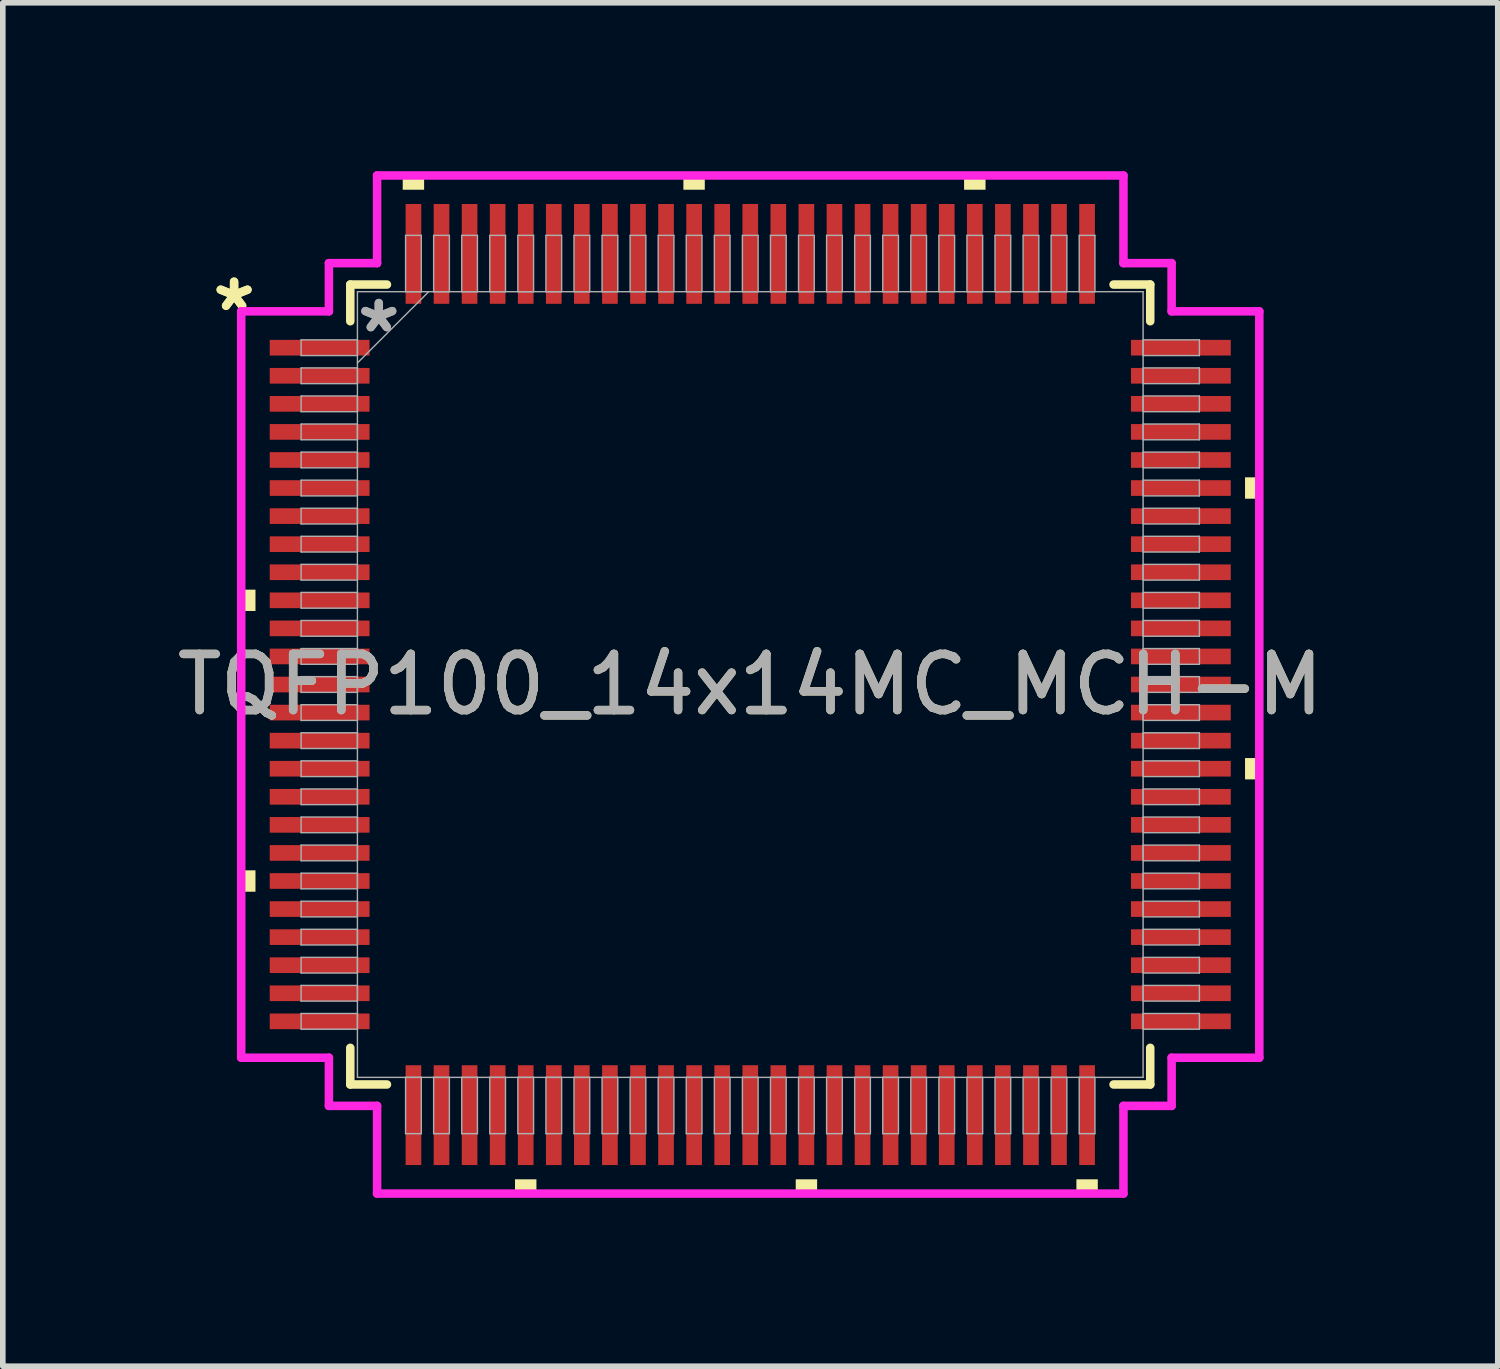
<source format=kicad_pcb>
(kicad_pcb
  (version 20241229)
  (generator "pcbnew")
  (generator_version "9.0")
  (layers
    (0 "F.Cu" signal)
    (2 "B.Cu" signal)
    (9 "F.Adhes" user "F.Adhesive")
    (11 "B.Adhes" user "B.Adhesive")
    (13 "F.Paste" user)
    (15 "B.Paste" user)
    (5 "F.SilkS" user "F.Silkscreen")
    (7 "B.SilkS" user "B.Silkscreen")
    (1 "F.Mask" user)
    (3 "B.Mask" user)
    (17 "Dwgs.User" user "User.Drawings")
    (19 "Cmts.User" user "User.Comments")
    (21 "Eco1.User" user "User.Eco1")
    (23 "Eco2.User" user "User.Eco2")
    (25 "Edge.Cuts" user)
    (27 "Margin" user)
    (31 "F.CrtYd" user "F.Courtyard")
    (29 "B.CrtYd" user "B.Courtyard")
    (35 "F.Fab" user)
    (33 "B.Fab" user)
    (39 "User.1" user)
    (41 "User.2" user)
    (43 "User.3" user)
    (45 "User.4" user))
  (footprint "TQFP100_14x14MC_MCH-M"
    (layer "F.Cu")
    (at 10.315 9.144)
    (property "Reference" "TQFP100_14x14MC_MCH-M" (at 0 0 0) (unlocked yes) (layer "F.SilkS") (effects (font (size 1 1) (thickness 0.15))))
    (attr smd)
    (fp_line (start -7.125 -7.125) (end -7.125 -6.472) (stroke (width 0.152) (type solid)) (layer "F.SilkS"))
    (fp_line (start -7.125 6.472) (end -7.125 7.125) (stroke (width 0.152) (type solid)) (layer "F.SilkS"))
    (fp_line (start -7.125 7.125) (end -6.472 7.125) (stroke (width 0.152) (type solid)) (layer "F.SilkS"))
    (fp_line (start -6.472 -7.125) (end -7.125 -7.125) (stroke (width 0.152) (type solid)) (layer "F.SilkS"))
    (fp_line (start 6.472 7.125) (end 7.125 7.125) (stroke (width 0.152) (type solid)) (layer "F.SilkS"))
    (fp_line (start 7.125 -7.125) (end 6.472 -7.125) (stroke (width 0.152) (type solid)) (layer "F.SilkS"))
    (fp_line (start 7.125 -6.472) (end 7.125 -7.125) (stroke (width 0.152) (type solid)) (layer "F.SilkS"))
    (fp_line (start 7.125 7.125) (end 7.125 6.472) (stroke (width 0.152) (type solid)) (layer "F.SilkS"))
    (fp_poly (pts (xy -9.068 -1.69) (xy -9.068 -1.31) (xy -8.814 -1.31) (xy -8.814 -1.69)) (stroke (width 0) (type solid)) (fill yes) (layer "F.SilkS"))
    (fp_poly (pts (xy -9.068 3.31) (xy -9.068 3.691) (xy -8.814 3.691) (xy -8.814 3.31)) (stroke (width 0) (type solid)) (fill yes) (layer "F.SilkS"))
    (fp_poly (pts (xy -6.191 -8.814) (xy -6.191 -9.068) (xy -5.81 -9.068) (xy -5.81 -8.814)) (stroke (width 0) (type solid)) (fill yes) (layer "F.SilkS"))
    (fp_poly (pts (xy -4.191 8.814) (xy -4.191 9.068) (xy -3.809 9.068) (xy -3.809 8.814)) (stroke (width 0) (type solid)) (fill yes) (layer "F.SilkS"))
    (fp_poly (pts (xy -1.191 -8.814) (xy -1.191 -9.068) (xy -0.81 -9.068) (xy -0.81 -8.814)) (stroke (width 0) (type solid)) (fill yes) (layer "F.SilkS"))
    (fp_poly (pts (xy 0.81 8.814) (xy 0.81 9.068) (xy 1.191 9.068) (xy 1.191 8.814)) (stroke (width 0) (type solid)) (fill yes) (layer "F.SilkS"))
    (fp_poly (pts (xy 3.809 -8.814) (xy 3.809 -9.068) (xy 4.191 -9.068) (xy 4.191 -8.814)) (stroke (width 0) (type solid)) (fill yes) (layer "F.SilkS"))
    (fp_poly (pts (xy 5.81 8.814) (xy 5.81 9.068) (xy 6.191 9.068) (xy 6.191 8.814)) (stroke (width 0) (type solid)) (fill yes) (layer "F.SilkS"))
    (fp_poly (pts (xy 9.068 -3.691) (xy 9.068 -3.31) (xy 8.814 -3.31) (xy 8.814 -3.691)) (stroke (width 0) (type solid)) (fill yes) (layer "F.SilkS"))
    (fp_poly (pts (xy 9.068 1.31) (xy 9.068 1.69) (xy 8.814 1.69) (xy 8.814 1.31)) (stroke (width 0) (type solid)) (fill yes) (layer "F.SilkS"))
    (fp_line (start -9.068 -6.648) (end -7.506 -6.648) (stroke (width 0.152) (type solid)) (layer "F.CrtYd"))
    (fp_line (start -9.068 6.648) (end -9.068 -6.648) (stroke (width 0.152) (type solid)) (layer "F.CrtYd"))
    (fp_line (start -7.506 -7.506) (end -6.648 -7.506) (stroke (width 0.152) (type solid)) (layer "F.CrtYd"))
    (fp_line (start -7.506 -6.648) (end -7.506 -7.506) (stroke (width 0.152) (type solid)) (layer "F.CrtYd"))
    (fp_line (start -7.506 6.648) (end -9.068 6.648) (stroke (width 0.152) (type solid)) (layer "F.CrtYd"))
    (fp_line (start -7.506 7.506) (end -7.506 6.648) (stroke (width 0.152) (type solid)) (layer "F.CrtYd"))
    (fp_line (start -7.506 7.506) (end -6.648 7.506) (stroke (width 0.152) (type solid)) (layer "F.CrtYd"))
    (fp_line (start -6.648 -9.068) (end 6.648 -9.068) (stroke (width 0.152) (type solid)) (layer "F.CrtYd"))
    (fp_line (start -6.648 -7.506) (end -6.648 -9.068) (stroke (width 0.152) (type solid)) (layer "F.CrtYd"))
    (fp_line (start -6.648 7.506) (end -6.648 9.068) (stroke (width 0.152) (type solid)) (layer "F.CrtYd"))
    (fp_line (start -6.648 9.068) (end 6.648 9.068) (stroke (width 0.152) (type solid)) (layer "F.CrtYd"))
    (fp_line (start 6.648 -9.068) (end 6.648 -7.506) (stroke (width 0.152) (type solid)) (layer "F.CrtYd"))
    (fp_line (start 6.648 -7.506) (end 7.506 -7.506) (stroke (width 0.152) (type solid)) (layer "F.CrtYd"))
    (fp_line (start 6.648 7.506) (end 7.506 7.506) (stroke (width 0.152) (type solid)) (layer "F.CrtYd"))
    (fp_line (start 6.648 9.068) (end 6.648 7.506) (stroke (width 0.152) (type solid)) (layer "F.CrtYd"))
    (fp_line (start 7.506 -6.648) (end 7.506 -7.506) (stroke (width 0.152) (type solid)) (layer "F.CrtYd"))
    (fp_line (start 7.506 6.648) (end 9.068 6.648) (stroke (width 0.152) (type solid)) (layer "F.CrtYd"))
    (fp_line (start 7.506 7.506) (end 7.506 6.648) (stroke (width 0.152) (type solid)) (layer "F.CrtYd"))
    (fp_line (start 9.068 -6.648) (end 7.506 -6.648) (stroke (width 0.152) (type solid)) (layer "F.CrtYd"))
    (fp_line (start 9.068 6.648) (end 9.068 -6.648) (stroke (width 0.152) (type solid)) (layer "F.CrtYd"))
    (fp_line (start -8.001 -6.14) (end -8.001 -5.86) (stroke (width 0.025) (type solid)) (layer "F.Fab"))
    (fp_line (start -8.001 -5.86) (end -6.998 -5.86) (stroke (width 0.025) (type solid)) (layer "F.Fab"))
    (fp_line (start -8.001 -5.64) (end -8.001 -5.36) (stroke (width 0.025) (type solid)) (layer "F.Fab"))
    (fp_line (start -8.001 -5.36) (end -6.998 -5.36) (stroke (width 0.025) (type solid)) (layer "F.Fab"))
    (fp_line (start -8.001 -5.14) (end -8.001 -4.86) (stroke (width 0.025) (type solid)) (layer "F.Fab"))
    (fp_line (start -8.001 -4.86) (end -6.998 -4.86) (stroke (width 0.025) (type solid)) (layer "F.Fab"))
    (fp_line (start -8.001 -4.64) (end -8.001 -4.36) (stroke (width 0.025) (type solid)) (layer "F.Fab"))
    (fp_line (start -8.001 -4.36) (end -6.998 -4.36) (stroke (width 0.025) (type solid)) (layer "F.Fab"))
    (fp_line (start -8.001 -4.14) (end -8.001 -3.86) (stroke (width 0.025) (type solid)) (layer "F.Fab"))
    (fp_line (start -8.001 -3.86) (end -6.998 -3.86) (stroke (width 0.025) (type solid)) (layer "F.Fab"))
    (fp_line (start -8.001 -3.64) (end -8.001 -3.36) (stroke (width 0.025) (type solid)) (layer "F.Fab"))
    (fp_line (start -8.001 -3.36) (end -6.998 -3.36) (stroke (width 0.025) (type solid)) (layer "F.Fab"))
    (fp_line (start -8.001 -3.14) (end -8.001 -2.86) (stroke (width 0.025) (type solid)) (layer "F.Fab"))
    (fp_line (start -8.001 -2.86) (end -6.998 -2.86) (stroke (width 0.025) (type solid)) (layer "F.Fab"))
    (fp_line (start -8.001 -2.64) (end -8.001 -2.36) (stroke (width 0.025) (type solid)) (layer "F.Fab"))
    (fp_line (start -8.001 -2.36) (end -6.998 -2.36) (stroke (width 0.025) (type solid)) (layer "F.Fab"))
    (fp_line (start -8.001 -2.14) (end -8.001 -1.86) (stroke (width 0.025) (type solid)) (layer "F.Fab"))
    (fp_line (start -8.001 -1.86) (end -6.998 -1.86) (stroke (width 0.025) (type solid)) (layer "F.Fab"))
    (fp_line (start -8.001 -1.64) (end -8.001 -1.36) (stroke (width 0.025) (type solid)) (layer "F.Fab"))
    (fp_line (start -8.001 -1.36) (end -6.998 -1.36) (stroke (width 0.025) (type solid)) (layer "F.Fab"))
    (fp_line (start -8.001 -1.14) (end -8.001 -0.86) (stroke (width 0.025) (type solid)) (layer "F.Fab"))
    (fp_line (start -8.001 -0.86) (end -6.998 -0.86) (stroke (width 0.025) (type solid)) (layer "F.Fab"))
    (fp_line (start -8.001 -0.64) (end -8.001 -0.36) (stroke (width 0.025) (type solid)) (layer "F.Fab"))
    (fp_line (start -8.001 -0.36) (end -6.998 -0.36) (stroke (width 0.025) (type solid)) (layer "F.Fab"))
    (fp_line (start -8.001 -0.14) (end -8.001 0.14) (stroke (width 0.025) (type solid)) (layer "F.Fab"))
    (fp_line (start -8.001 0.14) (end -6.998 0.14) (stroke (width 0.025) (type solid)) (layer "F.Fab"))
    (fp_line (start -8.001 0.36) (end -8.001 0.64) (stroke (width 0.025) (type solid)) (layer "F.Fab"))
    (fp_line (start -8.001 0.64) (end -6.998 0.64) (stroke (width 0.025) (type solid)) (layer "F.Fab"))
    (fp_line (start -8.001 0.86) (end -8.001 1.14) (stroke (width 0.025) (type solid)) (layer "F.Fab"))
    (fp_line (start -8.001 1.14) (end -6.998 1.14) (stroke (width 0.025) (type solid)) (layer "F.Fab"))
    (fp_line (start -8.001 1.36) (end -8.001 1.64) (stroke (width 0.025) (type solid)) (layer "F.Fab"))
    (fp_line (start -8.001 1.64) (end -6.998 1.64) (stroke (width 0.025) (type solid)) (layer "F.Fab"))
    (fp_line (start -8.001 1.86) (end -8.001 2.14) (stroke (width 0.025) (type solid)) (layer "F.Fab"))
    (fp_line (start -8.001 2.14) (end -6.998 2.14) (stroke (width 0.025) (type solid)) (layer "F.Fab"))
    (fp_line (start -8.001 2.36) (end -8.001 2.64) (stroke (width 0.025) (type solid)) (layer "F.Fab"))
    (fp_line (start -8.001 2.64) (end -6.998 2.64) (stroke (width 0.025) (type solid)) (layer "F.Fab"))
    (fp_line (start -8.001 2.86) (end -8.001 3.14) (stroke (width 0.025) (type solid)) (layer "F.Fab"))
    (fp_line (start -8.001 3.14) (end -6.998 3.14) (stroke (width 0.025) (type solid)) (layer "F.Fab"))
    (fp_line (start -8.001 3.36) (end -8.001 3.64) (stroke (width 0.025) (type solid)) (layer "F.Fab"))
    (fp_line (start -8.001 3.64) (end -6.998 3.64) (stroke (width 0.025) (type solid)) (layer "F.Fab"))
    (fp_line (start -8.001 3.86) (end -8.001 4.14) (stroke (width 0.025) (type solid)) (layer "F.Fab"))
    (fp_line (start -8.001 4.14) (end -6.998 4.14) (stroke (width 0.025) (type solid)) (layer "F.Fab"))
    (fp_line (start -8.001 4.36) (end -8.001 4.64) (stroke (width 0.025) (type solid)) (layer "F.Fab"))
    (fp_line (start -8.001 4.64) (end -6.998 4.64) (stroke (width 0.025) (type solid)) (layer "F.Fab"))
    (fp_line (start -8.001 4.86) (end -8.001 5.14) (stroke (width 0.025) (type solid)) (layer "F.Fab"))
    (fp_line (start -8.001 5.14) (end -6.998 5.14) (stroke (width 0.025) (type solid)) (layer "F.Fab"))
    (fp_line (start -8.001 5.36) (end -8.001 5.64) (stroke (width 0.025) (type solid)) (layer "F.Fab"))
    (fp_line (start -8.001 5.64) (end -6.998 5.64) (stroke (width 0.025) (type solid)) (layer "F.Fab"))
    (fp_line (start -8.001 5.86) (end -8.001 6.14) (stroke (width 0.025) (type solid)) (layer "F.Fab"))
    (fp_line (start -8.001 6.14) (end -6.998 6.14) (stroke (width 0.025) (type solid)) (layer "F.Fab"))
    (fp_line (start -6.998 -6.998) (end -6.998 6.998) (stroke (width 0.025) (type solid)) (layer "F.Fab"))
    (fp_line (start -6.998 -6.14) (end -8.001 -6.14) (stroke (width 0.025) (type solid)) (layer "F.Fab"))
    (fp_line (start -6.998 -5.86) (end -6.998 -6.14) (stroke (width 0.025) (type solid)) (layer "F.Fab"))
    (fp_line (start -6.998 -5.728) (end -5.728 -6.998) (stroke (width 0.025) (type solid)) (layer "F.Fab"))
    (fp_line (start -6.998 -5.64) (end -8.001 -5.64) (stroke (width 0.025) (type solid)) (layer "F.Fab"))
    (fp_line (start -6.998 -5.36) (end -6.998 -5.64) (stroke (width 0.025) (type solid)) (layer "F.Fab"))
    (fp_line (start -6.998 -5.14) (end -8.001 -5.14) (stroke (width 0.025) (type solid)) (layer "F.Fab"))
    (fp_line (start -6.998 -4.86) (end -6.998 -5.14) (stroke (width 0.025) (type solid)) (layer "F.Fab"))
    (fp_line (start -6.998 -4.64) (end -8.001 -4.64) (stroke (width 0.025) (type solid)) (layer "F.Fab"))
    (fp_line (start -6.998 -4.36) (end -6.998 -4.64) (stroke (width 0.025) (type solid)) (layer "F.Fab"))
    (fp_line (start -6.998 -4.14) (end -8.001 -4.14) (stroke (width 0.025) (type solid)) (layer "F.Fab"))
    (fp_line (start -6.998 -3.86) (end -6.998 -4.14) (stroke (width 0.025) (type solid)) (layer "F.Fab"))
    (fp_line (start -6.998 -3.64) (end -8.001 -3.64) (stroke (width 0.025) (type solid)) (layer "F.Fab"))
    (fp_line (start -6.998 -3.36) (end -6.998 -3.64) (stroke (width 0.025) (type solid)) (layer "F.Fab"))
    (fp_line (start -6.998 -3.14) (end -8.001 -3.14) (stroke (width 0.025) (type solid)) (layer "F.Fab"))
    (fp_line (start -6.998 -2.86) (end -6.998 -3.14) (stroke (width 0.025) (type solid)) (layer "F.Fab"))
    (fp_line (start -6.998 -2.64) (end -8.001 -2.64) (stroke (width 0.025) (type solid)) (layer "F.Fab"))
    (fp_line (start -6.998 -2.36) (end -6.998 -2.64) (stroke (width 0.025) (type solid)) (layer "F.Fab"))
    (fp_line (start -6.998 -2.14) (end -8.001 -2.14) (stroke (width 0.025) (type solid)) (layer "F.Fab"))
    (fp_line (start -6.998 -1.86) (end -6.998 -2.14) (stroke (width 0.025) (type solid)) (layer "F.Fab"))
    (fp_line (start -6.998 -1.64) (end -8.001 -1.64) (stroke (width 0.025) (type solid)) (layer "F.Fab"))
    (fp_line (start -6.998 -1.36) (end -6.998 -1.64) (stroke (width 0.025) (type solid)) (layer "F.Fab"))
    (fp_line (start -6.998 -1.14) (end -8.001 -1.14) (stroke (width 0.025) (type solid)) (layer "F.Fab"))
    (fp_line (start -6.998 -0.86) (end -6.998 -1.14) (stroke (width 0.025) (type solid)) (layer "F.Fab"))
    (fp_line (start -6.998 -0.64) (end -8.001 -0.64) (stroke (width 0.025) (type solid)) (layer "F.Fab"))
    (fp_line (start -6.998 -0.36) (end -6.998 -0.64) (stroke (width 0.025) (type solid)) (layer "F.Fab"))
    (fp_line (start -6.998 -0.14) (end -8.001 -0.14) (stroke (width 0.025) (type solid)) (layer "F.Fab"))
    (fp_line (start -6.998 0.14) (end -6.998 -0.14) (stroke (width 0.025) (type solid)) (layer "F.Fab"))
    (fp_line (start -6.998 0.36) (end -8.001 0.36) (stroke (width 0.025) (type solid)) (layer "F.Fab"))
    (fp_line (start -6.998 0.64) (end -6.998 0.36) (stroke (width 0.025) (type solid)) (layer "F.Fab"))
    (fp_line (start -6.998 0.86) (end -8.001 0.86) (stroke (width 0.025) (type solid)) (layer "F.Fab"))
    (fp_line (start -6.998 1.14) (end -6.998 0.86) (stroke (width 0.025) (type solid)) (layer "F.Fab"))
    (fp_line (start -6.998 1.36) (end -8.001 1.36) (stroke (width 0.025) (type solid)) (layer "F.Fab"))
    (fp_line (start -6.998 1.64) (end -6.998 1.36) (stroke (width 0.025) (type solid)) (layer "F.Fab"))
    (fp_line (start -6.998 1.86) (end -8.001 1.86) (stroke (width 0.025) (type solid)) (layer "F.Fab"))
    (fp_line (start -6.998 2.14) (end -6.998 1.86) (stroke (width 0.025) (type solid)) (layer "F.Fab"))
    (fp_line (start -6.998 2.36) (end -8.001 2.36) (stroke (width 0.025) (type solid)) (layer "F.Fab"))
    (fp_line (start -6.998 2.64) (end -6.998 2.36) (stroke (width 0.025) (type solid)) (layer "F.Fab"))
    (fp_line (start -6.998 2.86) (end -8.001 2.86) (stroke (width 0.025) (type solid)) (layer "F.Fab"))
    (fp_line (start -6.998 3.14) (end -6.998 2.86) (stroke (width 0.025) (type solid)) (layer "F.Fab"))
    (fp_line (start -6.998 3.36) (end -8.001 3.36) (stroke (width 0.025) (type solid)) (layer "F.Fab"))
    (fp_line (start -6.998 3.64) (end -6.998 3.36) (stroke (width 0.025) (type solid)) (layer "F.Fab"))
    (fp_line (start -6.998 3.86) (end -8.001 3.86) (stroke (width 0.025) (type solid)) (layer "F.Fab"))
    (fp_line (start -6.998 4.14) (end -6.998 3.86) (stroke (width 0.025) (type solid)) (layer "F.Fab"))
    (fp_line (start -6.998 4.36) (end -8.001 4.36) (stroke (width 0.025) (type solid)) (layer "F.Fab"))
    (fp_line (start -6.998 4.64) (end -6.998 4.36) (stroke (width 0.025) (type solid)) (layer "F.Fab"))
    (fp_line (start -6.998 4.86) (end -8.001 4.86) (stroke (width 0.025) (type solid)) (layer "F.Fab"))
    (fp_line (start -6.998 5.14) (end -6.998 4.86) (stroke (width 0.025) (type solid)) (layer "F.Fab"))
    (fp_line (start -6.998 5.36) (end -8.001 5.36) (stroke (width 0.025) (type solid)) (layer "F.Fab"))
    (fp_line (start -6.998 5.64) (end -6.998 5.36) (stroke (width 0.025) (type solid)) (layer "F.Fab"))
    (fp_line (start -6.998 5.86) (end -8.001 5.86) (stroke (width 0.025) (type solid)) (layer "F.Fab"))
    (fp_line (start -6.998 6.14) (end -6.998 5.86) (stroke (width 0.025) (type solid)) (layer "F.Fab"))
    (fp_line (start -6.998 6.998) (end 6.998 6.998) (stroke (width 0.025) (type solid)) (layer "F.Fab"))
    (fp_line (start -6.14 -8.001) (end -6.14 -6.998) (stroke (width 0.025) (type solid)) (layer "F.Fab"))
    (fp_line (start -6.14 -6.998) (end -5.86 -6.998) (stroke (width 0.025) (type solid)) (layer "F.Fab"))
    (fp_line (start -6.14 6.998) (end -6.14 8.001) (stroke (width 0.025) (type solid)) (layer "F.Fab"))
    (fp_line (start -6.14 8.001) (end -5.86 8.001) (stroke (width 0.025) (type solid)) (layer "F.Fab"))
    (fp_line (start -5.86 -8.001) (end -6.14 -8.001) (stroke (width 0.025) (type solid)) (layer "F.Fab"))
    (fp_line (start -5.86 -6.998) (end -5.86 -8.001) (stroke (width 0.025) (type solid)) (layer "F.Fab"))
    (fp_line (start -5.86 6.998) (end -6.14 6.998) (stroke (width 0.025) (type solid)) (layer "F.Fab"))
    (fp_line (start -5.86 8.001) (end -5.86 6.998) (stroke (width 0.025) (type solid)) (layer "F.Fab"))
    (fp_line (start -5.64 -8.001) (end -5.64 -6.998) (stroke (width 0.025) (type solid)) (layer "F.Fab"))
    (fp_line (start -5.64 -6.998) (end -5.36 -6.998) (stroke (width 0.025) (type solid)) (layer "F.Fab"))
    (fp_line (start -5.64 6.998) (end -5.64 8.001) (stroke (width 0.025) (type solid)) (layer "F.Fab"))
    (fp_line (start -5.64 8.001) (end -5.36 8.001) (stroke (width 0.025) (type solid)) (layer "F.Fab"))
    (fp_line (start -5.36 -8.001) (end -5.64 -8.001) (stroke (width 0.025) (type solid)) (layer "F.Fab"))
    (fp_line (start -5.36 -6.998) (end -5.36 -8.001) (stroke (width 0.025) (type solid)) (layer "F.Fab"))
    (fp_line (start -5.36 6.998) (end -5.64 6.998) (stroke (width 0.025) (type solid)) (layer "F.Fab"))
    (fp_line (start -5.36 8.001) (end -5.36 6.998) (stroke (width 0.025) (type solid)) (layer "F.Fab"))
    (fp_line (start -5.14 -8.001) (end -5.14 -6.998) (stroke (width 0.025) (type solid)) (layer "F.Fab"))
    (fp_line (start -5.14 -6.998) (end -4.86 -6.998) (stroke (width 0.025) (type solid)) (layer "F.Fab"))
    (fp_line (start -5.14 6.998) (end -5.14 8.001) (stroke (width 0.025) (type solid)) (layer "F.Fab"))
    (fp_line (start -5.14 8.001) (end -4.86 8.001) (stroke (width 0.025) (type solid)) (layer "F.Fab"))
    (fp_line (start -4.86 -8.001) (end -5.14 -8.001) (stroke (width 0.025) (type solid)) (layer "F.Fab"))
    (fp_line (start -4.86 -6.998) (end -4.86 -8.001) (stroke (width 0.025) (type solid)) (layer "F.Fab"))
    (fp_line (start -4.86 6.998) (end -5.14 6.998) (stroke (width 0.025) (type solid)) (layer "F.Fab"))
    (fp_line (start -4.86 8.001) (end -4.86 6.998) (stroke (width 0.025) (type solid)) (layer "F.Fab"))
    (fp_line (start -4.64 -8.001) (end -4.64 -6.998) (stroke (width 0.025) (type solid)) (layer "F.Fab"))
    (fp_line (start -4.64 -6.998) (end -4.36 -6.998) (stroke (width 0.025) (type solid)) (layer "F.Fab"))
    (fp_line (start -4.64 6.998) (end -4.64 8.001) (stroke (width 0.025) (type solid)) (layer "F.Fab"))
    (fp_line (start -4.64 8.001) (end -4.36 8.001) (stroke (width 0.025) (type solid)) (layer "F.Fab"))
    (fp_line (start -4.36 -8.001) (end -4.64 -8.001) (stroke (width 0.025) (type solid)) (layer "F.Fab"))
    (fp_line (start -4.36 -6.998) (end -4.36 -8.001) (stroke (width 0.025) (type solid)) (layer "F.Fab"))
    (fp_line (start -4.36 6.998) (end -4.64 6.998) (stroke (width 0.025) (type solid)) (layer "F.Fab"))
    (fp_line (start -4.36 8.001) (end -4.36 6.998) (stroke (width 0.025) (type solid)) (layer "F.Fab"))
    (fp_line (start -4.14 -8.001) (end -4.14 -6.998) (stroke (width 0.025) (type solid)) (layer "F.Fab"))
    (fp_line (start -4.14 -6.998) (end -3.86 -6.998) (stroke (width 0.025) (type solid)) (layer "F.Fab"))
    (fp_line (start -4.14 6.998) (end -4.14 8.001) (stroke (width 0.025) (type solid)) (layer "F.Fab"))
    (fp_line (start -4.14 8.001) (end -3.86 8.001) (stroke (width 0.025) (type solid)) (layer "F.Fab"))
    (fp_line (start -3.86 -8.001) (end -4.14 -8.001) (stroke (width 0.025) (type solid)) (layer "F.Fab"))
    (fp_line (start -3.86 -6.998) (end -3.86 -8.001) (stroke (width 0.025) (type solid)) (layer "F.Fab"))
    (fp_line (start -3.86 6.998) (end -4.14 6.998) (stroke (width 0.025) (type solid)) (layer "F.Fab"))
    (fp_line (start -3.86 8.001) (end -3.86 6.998) (stroke (width 0.025) (type solid)) (layer "F.Fab"))
    (fp_line (start -3.64 -8.001) (end -3.64 -6.998) (stroke (width 0.025) (type solid)) (layer "F.Fab"))
    (fp_line (start -3.64 -6.998) (end -3.36 -6.998) (stroke (width 0.025) (type solid)) (layer "F.Fab"))
    (fp_line (start -3.64 6.998) (end -3.64 8.001) (stroke (width 0.025) (type solid)) (layer "F.Fab"))
    (fp_line (start -3.64 8.001) (end -3.36 8.001) (stroke (width 0.025) (type solid)) (layer "F.Fab"))
    (fp_line (start -3.36 -8.001) (end -3.64 -8.001) (stroke (width 0.025) (type solid)) (layer "F.Fab"))
    (fp_line (start -3.36 -6.998) (end -3.36 -8.001) (stroke (width 0.025) (type solid)) (layer "F.Fab"))
    (fp_line (start -3.36 6.998) (end -3.64 6.998) (stroke (width 0.025) (type solid)) (layer "F.Fab"))
    (fp_line (start -3.36 8.001) (end -3.36 6.998) (stroke (width 0.025) (type solid)) (layer "F.Fab"))
    (fp_line (start -3.14 -8.001) (end -3.14 -6.998) (stroke (width 0.025) (type solid)) (layer "F.Fab"))
    (fp_line (start -3.14 -6.998) (end -2.86 -6.998) (stroke (width 0.025) (type solid)) (layer "F.Fab"))
    (fp_line (start -3.14 6.998) (end -3.14 8.001) (stroke (width 0.025) (type solid)) (layer "F.Fab"))
    (fp_line (start -3.14 8.001) (end -2.86 8.001) (stroke (width 0.025) (type solid)) (layer "F.Fab"))
    (fp_line (start -2.86 -8.001) (end -3.14 -8.001) (stroke (width 0.025) (type solid)) (layer "F.Fab"))
    (fp_line (start -2.86 -6.998) (end -2.86 -8.001) (stroke (width 0.025) (type solid)) (layer "F.Fab"))
    (fp_line (start -2.86 6.998) (end -3.14 6.998) (stroke (width 0.025) (type solid)) (layer "F.Fab"))
    (fp_line (start -2.86 8.001) (end -2.86 6.998) (stroke (width 0.025) (type solid)) (layer "F.Fab"))
    (fp_line (start -2.64 -8.001) (end -2.64 -6.998) (stroke (width 0.025) (type solid)) (layer "F.Fab"))
    (fp_line (start -2.64 -6.998) (end -2.36 -6.998) (stroke (width 0.025) (type solid)) (layer "F.Fab"))
    (fp_line (start -2.64 6.998) (end -2.64 8.001) (stroke (width 0.025) (type solid)) (layer "F.Fab"))
    (fp_line (start -2.64 8.001) (end -2.36 8.001) (stroke (width 0.025) (type solid)) (layer "F.Fab"))
    (fp_line (start -2.36 -8.001) (end -2.64 -8.001) (stroke (width 0.025) (type solid)) (layer "F.Fab"))
    (fp_line (start -2.36 -6.998) (end -2.36 -8.001) (stroke (width 0.025) (type solid)) (layer "F.Fab"))
    (fp_line (start -2.36 6.998) (end -2.64 6.998) (stroke (width 0.025) (type solid)) (layer "F.Fab"))
    (fp_line (start -2.36 8.001) (end -2.36 6.998) (stroke (width 0.025) (type solid)) (layer "F.Fab"))
    (fp_line (start -2.14 -8.001) (end -2.14 -6.998) (stroke (width 0.025) (type solid)) (layer "F.Fab"))
    (fp_line (start -2.14 -6.998) (end -1.86 -6.998) (stroke (width 0.025) (type solid)) (layer "F.Fab"))
    (fp_line (start -2.14 6.998) (end -2.14 8.001) (stroke (width 0.025) (type solid)) (layer "F.Fab"))
    (fp_line (start -2.14 8.001) (end -1.86 8.001) (stroke (width 0.025) (type solid)) (layer "F.Fab"))
    (fp_line (start -1.86 -8.001) (end -2.14 -8.001) (stroke (width 0.025) (type solid)) (layer "F.Fab"))
    (fp_line (start -1.86 -6.998) (end -1.86 -8.001) (stroke (width 0.025) (type solid)) (layer "F.Fab"))
    (fp_line (start -1.86 6.998) (end -2.14 6.998) (stroke (width 0.025) (type solid)) (layer "F.Fab"))
    (fp_line (start -1.86 8.001) (end -1.86 6.998) (stroke (width 0.025) (type solid)) (layer "F.Fab"))
    (fp_line (start -1.64 -8.001) (end -1.64 -6.998) (stroke (width 0.025) (type solid)) (layer "F.Fab"))
    (fp_line (start -1.64 -6.998) (end -1.36 -6.998) (stroke (width 0.025) (type solid)) (layer "F.Fab"))
    (fp_line (start -1.64 6.998) (end -1.64 8.001) (stroke (width 0.025) (type solid)) (layer "F.Fab"))
    (fp_line (start -1.64 8.001) (end -1.36 8.001) (stroke (width 0.025) (type solid)) (layer "F.Fab"))
    (fp_line (start -1.36 -8.001) (end -1.64 -8.001) (stroke (width 0.025) (type solid)) (layer "F.Fab"))
    (fp_line (start -1.36 -6.998) (end -1.36 -8.001) (stroke (width 0.025) (type solid)) (layer "F.Fab"))
    (fp_line (start -1.36 6.998) (end -1.64 6.998) (stroke (width 0.025) (type solid)) (layer "F.Fab"))
    (fp_line (start -1.36 8.001) (end -1.36 6.998) (stroke (width 0.025) (type solid)) (layer "F.Fab"))
    (fp_line (start -1.14 -8.001) (end -1.14 -6.998) (stroke (width 0.025) (type solid)) (layer "F.Fab"))
    (fp_line (start -1.14 -6.998) (end -0.86 -6.998) (stroke (width 0.025) (type solid)) (layer "F.Fab"))
    (fp_line (start -1.14 6.998) (end -1.14 8.001) (stroke (width 0.025) (type solid)) (layer "F.Fab"))
    (fp_line (start -1.14 8.001) (end -0.86 8.001) (stroke (width 0.025) (type solid)) (layer "F.Fab"))
    (fp_line (start -0.86 -8.001) (end -1.14 -8.001) (stroke (width 0.025) (type solid)) (layer "F.Fab"))
    (fp_line (start -0.86 -6.998) (end -0.86 -8.001) (stroke (width 0.025) (type solid)) (layer "F.Fab"))
    (fp_line (start -0.86 6.998) (end -1.14 6.998) (stroke (width 0.025) (type solid)) (layer "F.Fab"))
    (fp_line (start -0.86 8.001) (end -0.86 6.998) (stroke (width 0.025) (type solid)) (layer "F.Fab"))
    (fp_line (start -0.64 -8.001) (end -0.64 -6.998) (stroke (width 0.025) (type solid)) (layer "F.Fab"))
    (fp_line (start -0.64 -6.998) (end -0.36 -6.998) (stroke (width 0.025) (type solid)) (layer "F.Fab"))
    (fp_line (start -0.64 6.998) (end -0.64 8.001) (stroke (width 0.025) (type solid)) (layer "F.Fab"))
    (fp_line (start -0.64 8.001) (end -0.36 8.001) (stroke (width 0.025) (type solid)) (layer "F.Fab"))
    (fp_line (start -0.36 -8.001) (end -0.64 -8.001) (stroke (width 0.025) (type solid)) (layer "F.Fab"))
    (fp_line (start -0.36 -6.998) (end -0.36 -8.001) (stroke (width 0.025) (type solid)) (layer "F.Fab"))
    (fp_line (start -0.36 6.998) (end -0.64 6.998) (stroke (width 0.025) (type solid)) (layer "F.Fab"))
    (fp_line (start -0.36 8.001) (end -0.36 6.998) (stroke (width 0.025) (type solid)) (layer "F.Fab"))
    (fp_line (start -0.14 -8.001) (end -0.14 -6.998) (stroke (width 0.025) (type solid)) (layer "F.Fab"))
    (fp_line (start -0.14 -6.998) (end 0.14 -6.998) (stroke (width 0.025) (type solid)) (layer "F.Fab"))
    (fp_line (start -0.14 6.998) (end -0.14 8.001) (stroke (width 0.025) (type solid)) (layer "F.Fab"))
    (fp_line (start -0.14 8.001) (end 0.14 8.001) (stroke (width 0.025) (type solid)) (layer "F.Fab"))
    (fp_line (start 0.14 -8.001) (end -0.14 -8.001) (stroke (width 0.025) (type solid)) (layer "F.Fab"))
    (fp_line (start 0.14 -6.998) (end 0.14 -8.001) (stroke (width 0.025) (type solid)) (layer "F.Fab"))
    (fp_line (start 0.14 6.998) (end -0.14 6.998) (stroke (width 0.025) (type solid)) (layer "F.Fab"))
    (fp_line (start 0.14 8.001) (end 0.14 6.998) (stroke (width 0.025) (type solid)) (layer "F.Fab"))
    (fp_line (start 0.36 -8.001) (end 0.36 -6.998) (stroke (width 0.025) (type solid)) (layer "F.Fab"))
    (fp_line (start 0.36 -6.998) (end 0.64 -6.998) (stroke (width 0.025) (type solid)) (layer "F.Fab"))
    (fp_line (start 0.36 6.998) (end 0.36 8.001) (stroke (width 0.025) (type solid)) (layer "F.Fab"))
    (fp_line (start 0.36 8.001) (end 0.64 8.001) (stroke (width 0.025) (type solid)) (layer "F.Fab"))
    (fp_line (start 0.64 -8.001) (end 0.36 -8.001) (stroke (width 0.025) (type solid)) (layer "F.Fab"))
    (fp_line (start 0.64 -6.998) (end 0.64 -8.001) (stroke (width 0.025) (type solid)) (layer "F.Fab"))
    (fp_line (start 0.64 6.998) (end 0.36 6.998) (stroke (width 0.025) (type solid)) (layer "F.Fab"))
    (fp_line (start 0.64 8.001) (end 0.64 6.998) (stroke (width 0.025) (type solid)) (layer "F.Fab"))
    (fp_line (start 0.86 -8.001) (end 0.86 -6.998) (stroke (width 0.025) (type solid)) (layer "F.Fab"))
    (fp_line (start 0.86 -6.998) (end 1.14 -6.998) (stroke (width 0.025) (type solid)) (layer "F.Fab"))
    (fp_line (start 0.86 6.998) (end 0.86 8.001) (stroke (width 0.025) (type solid)) (layer "F.Fab"))
    (fp_line (start 0.86 8.001) (end 1.14 8.001) (stroke (width 0.025) (type solid)) (layer "F.Fab"))
    (fp_line (start 1.14 -8.001) (end 0.86 -8.001) (stroke (width 0.025) (type solid)) (layer "F.Fab"))
    (fp_line (start 1.14 -6.998) (end 1.14 -8.001) (stroke (width 0.025) (type solid)) (layer "F.Fab"))
    (fp_line (start 1.14 6.998) (end 0.86 6.998) (stroke (width 0.025) (type solid)) (layer "F.Fab"))
    (fp_line (start 1.14 8.001) (end 1.14 6.998) (stroke (width 0.025) (type solid)) (layer "F.Fab"))
    (fp_line (start 1.36 -8.001) (end 1.36 -6.998) (stroke (width 0.025) (type solid)) (layer "F.Fab"))
    (fp_line (start 1.36 -6.998) (end 1.64 -6.998) (stroke (width 0.025) (type solid)) (layer "F.Fab"))
    (fp_line (start 1.36 6.998) (end 1.36 8.001) (stroke (width 0.025) (type solid)) (layer "F.Fab"))
    (fp_line (start 1.36 8.001) (end 1.64 8.001) (stroke (width 0.025) (type solid)) (layer "F.Fab"))
    (fp_line (start 1.64 -8.001) (end 1.36 -8.001) (stroke (width 0.025) (type solid)) (layer "F.Fab"))
    (fp_line (start 1.64 -6.998) (end 1.64 -8.001) (stroke (width 0.025) (type solid)) (layer "F.Fab"))
    (fp_line (start 1.64 6.998) (end 1.36 6.998) (stroke (width 0.025) (type solid)) (layer "F.Fab"))
    (fp_line (start 1.64 8.001) (end 1.64 6.998) (stroke (width 0.025) (type solid)) (layer "F.Fab"))
    (fp_line (start 1.86 -8.001) (end 1.86 -6.998) (stroke (width 0.025) (type solid)) (layer "F.Fab"))
    (fp_line (start 1.86 -6.998) (end 2.14 -6.998) (stroke (width 0.025) (type solid)) (layer "F.Fab"))
    (fp_line (start 1.86 6.998) (end 1.86 8.001) (stroke (width 0.025) (type solid)) (layer "F.Fab"))
    (fp_line (start 1.86 8.001) (end 2.14 8.001) (stroke (width 0.025) (type solid)) (layer "F.Fab"))
    (fp_line (start 2.14 -8.001) (end 1.86 -8.001) (stroke (width 0.025) (type solid)) (layer "F.Fab"))
    (fp_line (start 2.14 -6.998) (end 2.14 -8.001) (stroke (width 0.025) (type solid)) (layer "F.Fab"))
    (fp_line (start 2.14 6.998) (end 1.86 6.998) (stroke (width 0.025) (type solid)) (layer "F.Fab"))
    (fp_line (start 2.14 8.001) (end 2.14 6.998) (stroke (width 0.025) (type solid)) (layer "F.Fab"))
    (fp_line (start 2.36 -8.001) (end 2.36 -6.998) (stroke (width 0.025) (type solid)) (layer "F.Fab"))
    (fp_line (start 2.36 -6.998) (end 2.64 -6.998) (stroke (width 0.025) (type solid)) (layer "F.Fab"))
    (fp_line (start 2.36 6.998) (end 2.36 8.001) (stroke (width 0.025) (type solid)) (layer "F.Fab"))
    (fp_line (start 2.36 8.001) (end 2.64 8.001) (stroke (width 0.025) (type solid)) (layer "F.Fab"))
    (fp_line (start 2.64 -8.001) (end 2.36 -8.001) (stroke (width 0.025) (type solid)) (layer "F.Fab"))
    (fp_line (start 2.64 -6.998) (end 2.64 -8.001) (stroke (width 0.025) (type solid)) (layer "F.Fab"))
    (fp_line (start 2.64 6.998) (end 2.36 6.998) (stroke (width 0.025) (type solid)) (layer "F.Fab"))
    (fp_line (start 2.64 8.001) (end 2.64 6.998) (stroke (width 0.025) (type solid)) (layer "F.Fab"))
    (fp_line (start 2.86 -8.001) (end 2.86 -6.998) (stroke (width 0.025) (type solid)) (layer "F.Fab"))
    (fp_line (start 2.86 -6.998) (end 3.14 -6.998) (stroke (width 0.025) (type solid)) (layer "F.Fab"))
    (fp_line (start 2.86 6.998) (end 2.86 8.001) (stroke (width 0.025) (type solid)) (layer "F.Fab"))
    (fp_line (start 2.86 8.001) (end 3.14 8.001) (stroke (width 0.025) (type solid)) (layer "F.Fab"))
    (fp_line (start 3.14 -8.001) (end 2.86 -8.001) (stroke (width 0.025) (type solid)) (layer "F.Fab"))
    (fp_line (start 3.14 -6.998) (end 3.14 -8.001) (stroke (width 0.025) (type solid)) (layer "F.Fab"))
    (fp_line (start 3.14 6.998) (end 2.86 6.998) (stroke (width 0.025) (type solid)) (layer "F.Fab"))
    (fp_line (start 3.14 8.001) (end 3.14 6.998) (stroke (width 0.025) (type solid)) (layer "F.Fab"))
    (fp_line (start 3.36 -8.001) (end 3.36 -6.998) (stroke (width 0.025) (type solid)) (layer "F.Fab"))
    (fp_line (start 3.36 -6.998) (end 3.64 -6.998) (stroke (width 0.025) (type solid)) (layer "F.Fab"))
    (fp_line (start 3.36 6.998) (end 3.36 8.001) (stroke (width 0.025) (type solid)) (layer "F.Fab"))
    (fp_line (start 3.36 8.001) (end 3.64 8.001) (stroke (width 0.025) (type solid)) (layer "F.Fab"))
    (fp_line (start 3.64 -8.001) (end 3.36 -8.001) (stroke (width 0.025) (type solid)) (layer "F.Fab"))
    (fp_line (start 3.64 -6.998) (end 3.64 -8.001) (stroke (width 0.025) (type solid)) (layer "F.Fab"))
    (fp_line (start 3.64 6.998) (end 3.36 6.998) (stroke (width 0.025) (type solid)) (layer "F.Fab"))
    (fp_line (start 3.64 8.001) (end 3.64 6.998) (stroke (width 0.025) (type solid)) (layer "F.Fab"))
    (fp_line (start 3.86 -8.001) (end 3.86 -6.998) (stroke (width 0.025) (type solid)) (layer "F.Fab"))
    (fp_line (start 3.86 -6.998) (end 4.14 -6.998) (stroke (width 0.025) (type solid)) (layer "F.Fab"))
    (fp_line (start 3.86 6.998) (end 3.86 8.001) (stroke (width 0.025) (type solid)) (layer "F.Fab"))
    (fp_line (start 3.86 8.001) (end 4.14 8.001) (stroke (width 0.025) (type solid)) (layer "F.Fab"))
    (fp_line (start 4.14 -8.001) (end 3.86 -8.001) (stroke (width 0.025) (type solid)) (layer "F.Fab"))
    (fp_line (start 4.14 -6.998) (end 4.14 -8.001) (stroke (width 0.025) (type solid)) (layer "F.Fab"))
    (fp_line (start 4.14 6.998) (end 3.86 6.998) (stroke (width 0.025) (type solid)) (layer "F.Fab"))
    (fp_line (start 4.14 8.001) (end 4.14 6.998) (stroke (width 0.025) (type solid)) (layer "F.Fab"))
    (fp_line (start 4.36 -8.001) (end 4.36 -6.998) (stroke (width 0.025) (type solid)) (layer "F.Fab"))
    (fp_line (start 4.36 -6.998) (end 4.64 -6.998) (stroke (width 0.025) (type solid)) (layer "F.Fab"))
    (fp_line (start 4.36 6.998) (end 4.36 8.001) (stroke (width 0.025) (type solid)) (layer "F.Fab"))
    (fp_line (start 4.36 8.001) (end 4.64 8.001) (stroke (width 0.025) (type solid)) (layer "F.Fab"))
    (fp_line (start 4.64 -8.001) (end 4.36 -8.001) (stroke (width 0.025) (type solid)) (layer "F.Fab"))
    (fp_line (start 4.64 -6.998) (end 4.64 -8.001) (stroke (width 0.025) (type solid)) (layer "F.Fab"))
    (fp_line (start 4.64 6.998) (end 4.36 6.998) (stroke (width 0.025) (type solid)) (layer "F.Fab"))
    (fp_line (start 4.64 8.001) (end 4.64 6.998) (stroke (width 0.025) (type solid)) (layer "F.Fab"))
    (fp_line (start 4.86 -8.001) (end 4.86 -6.998) (stroke (width 0.025) (type solid)) (layer "F.Fab"))
    (fp_line (start 4.86 -6.998) (end 5.14 -6.998) (stroke (width 0.025) (type solid)) (layer "F.Fab"))
    (fp_line (start 4.86 6.998) (end 4.86 8.001) (stroke (width 0.025) (type solid)) (layer "F.Fab"))
    (fp_line (start 4.86 8.001) (end 5.14 8.001) (stroke (width 0.025) (type solid)) (layer "F.Fab"))
    (fp_line (start 5.14 -8.001) (end 4.86 -8.001) (stroke (width 0.025) (type solid)) (layer "F.Fab"))
    (fp_line (start 5.14 -6.998) (end 5.14 -8.001) (stroke (width 0.025) (type solid)) (layer "F.Fab"))
    (fp_line (start 5.14 6.998) (end 4.86 6.998) (stroke (width 0.025) (type solid)) (layer "F.Fab"))
    (fp_line (start 5.14 8.001) (end 5.14 6.998) (stroke (width 0.025) (type solid)) (layer "F.Fab"))
    (fp_line (start 5.36 -8.001) (end 5.36 -6.998) (stroke (width 0.025) (type solid)) (layer "F.Fab"))
    (fp_line (start 5.36 -6.998) (end 5.64 -6.998) (stroke (width 0.025) (type solid)) (layer "F.Fab"))
    (fp_line (start 5.36 6.998) (end 5.36 8.001) (stroke (width 0.025) (type solid)) (layer "F.Fab"))
    (fp_line (start 5.36 8.001) (end 5.64 8.001) (stroke (width 0.025) (type solid)) (layer "F.Fab"))
    (fp_line (start 5.64 -8.001) (end 5.36 -8.001) (stroke (width 0.025) (type solid)) (layer "F.Fab"))
    (fp_line (start 5.64 -6.998) (end 5.64 -8.001) (stroke (width 0.025) (type solid)) (layer "F.Fab"))
    (fp_line (start 5.64 6.998) (end 5.36 6.998) (stroke (width 0.025) (type solid)) (layer "F.Fab"))
    (fp_line (start 5.64 8.001) (end 5.64 6.998) (stroke (width 0.025) (type solid)) (layer "F.Fab"))
    (fp_line (start 5.86 -8.001) (end 5.86 -6.998) (stroke (width 0.025) (type solid)) (layer "F.Fab"))
    (fp_line (start 5.86 -6.998) (end 6.14 -6.998) (stroke (width 0.025) (type solid)) (layer "F.Fab"))
    (fp_line (start 5.86 6.998) (end 5.86 8.001) (stroke (width 0.025) (type solid)) (layer "F.Fab"))
    (fp_line (start 5.86 8.001) (end 6.14 8.001) (stroke (width 0.025) (type solid)) (layer "F.Fab"))
    (fp_line (start 6.14 -8.001) (end 5.86 -8.001) (stroke (width 0.025) (type solid)) (layer "F.Fab"))
    (fp_line (start 6.14 -6.998) (end 6.14 -8.001) (stroke (width 0.025) (type solid)) (layer "F.Fab"))
    (fp_line (start 6.14 6.998) (end 5.86 6.998) (stroke (width 0.025) (type solid)) (layer "F.Fab"))
    (fp_line (start 6.14 8.001) (end 6.14 6.998) (stroke (width 0.025) (type solid)) (layer "F.Fab"))
    (fp_line (start 6.998 -6.998) (end -6.998 -6.998) (stroke (width 0.025) (type solid)) (layer "F.Fab"))
    (fp_line (start 6.998 -6.14) (end 6.998 -5.86) (stroke (width 0.025) (type solid)) (layer "F.Fab"))
    (fp_line (start 6.998 -5.86) (end 8.001 -5.86) (stroke (width 0.025) (type solid)) (layer "F.Fab"))
    (fp_line (start 6.998 -5.64) (end 6.998 -5.36) (stroke (width 0.025) (type solid)) (layer "F.Fab"))
    (fp_line (start 6.998 -5.36) (end 8.001 -5.36) (stroke (width 0.025) (type solid)) (layer "F.Fab"))
    (fp_line (start 6.998 -5.14) (end 6.998 -4.86) (stroke (width 0.025) (type solid)) (layer "F.Fab"))
    (fp_line (start 6.998 -4.86) (end 8.001 -4.86) (stroke (width 0.025) (type solid)) (layer "F.Fab"))
    (fp_line (start 6.998 -4.64) (end 6.998 -4.36) (stroke (width 0.025) (type solid)) (layer "F.Fab"))
    (fp_line (start 6.998 -4.36) (end 8.001 -4.36) (stroke (width 0.025) (type solid)) (layer "F.Fab"))
    (fp_line (start 6.998 -4.14) (end 6.998 -3.86) (stroke (width 0.025) (type solid)) (layer "F.Fab"))
    (fp_line (start 6.998 -3.86) (end 8.001 -3.86) (stroke (width 0.025) (type solid)) (layer "F.Fab"))
    (fp_line (start 6.998 -3.64) (end 6.998 -3.36) (stroke (width 0.025) (type solid)) (layer "F.Fab"))
    (fp_line (start 6.998 -3.36) (end 8.001 -3.36) (stroke (width 0.025) (type solid)) (layer "F.Fab"))
    (fp_line (start 6.998 -3.14) (end 6.998 -2.86) (stroke (width 0.025) (type solid)) (layer "F.Fab"))
    (fp_line (start 6.998 -2.86) (end 8.001 -2.86) (stroke (width 0.025) (type solid)) (layer "F.Fab"))
    (fp_line (start 6.998 -2.64) (end 6.998 -2.36) (stroke (width 0.025) (type solid)) (layer "F.Fab"))
    (fp_line (start 6.998 -2.36) (end 8.001 -2.36) (stroke (width 0.025) (type solid)) (layer "F.Fab"))
    (fp_line (start 6.998 -2.14) (end 6.998 -1.86) (stroke (width 0.025) (type solid)) (layer "F.Fab"))
    (fp_line (start 6.998 -1.86) (end 8.001 -1.86) (stroke (width 0.025) (type solid)) (layer "F.Fab"))
    (fp_line (start 6.998 -1.64) (end 6.998 -1.36) (stroke (width 0.025) (type solid)) (layer "F.Fab"))
    (fp_line (start 6.998 -1.36) (end 8.001 -1.36) (stroke (width 0.025) (type solid)) (layer "F.Fab"))
    (fp_line (start 6.998 -1.14) (end 6.998 -0.86) (stroke (width 0.025) (type solid)) (layer "F.Fab"))
    (fp_line (start 6.998 -0.86) (end 8.001 -0.86) (stroke (width 0.025) (type solid)) (layer "F.Fab"))
    (fp_line (start 6.998 -0.64) (end 6.998 -0.36) (stroke (width 0.025) (type solid)) (layer "F.Fab"))
    (fp_line (start 6.998 -0.36) (end 8.001 -0.36) (stroke (width 0.025) (type solid)) (layer "F.Fab"))
    (fp_line (start 6.998 -0.14) (end 6.998 0.14) (stroke (width 0.025) (type solid)) (layer "F.Fab"))
    (fp_line (start 6.998 0.14) (end 8.001 0.14) (stroke (width 0.025) (type solid)) (layer "F.Fab"))
    (fp_line (start 6.998 0.36) (end 6.998 0.64) (stroke (width 0.025) (type solid)) (layer "F.Fab"))
    (fp_line (start 6.998 0.64) (end 8.001 0.64) (stroke (width 0.025) (type solid)) (layer "F.Fab"))
    (fp_line (start 6.998 0.86) (end 6.998 1.14) (stroke (width 0.025) (type solid)) (layer "F.Fab"))
    (fp_line (start 6.998 1.14) (end 8.001 1.14) (stroke (width 0.025) (type solid)) (layer "F.Fab"))
    (fp_line (start 6.998 1.36) (end 6.998 1.64) (stroke (width 0.025) (type solid)) (layer "F.Fab"))
    (fp_line (start 6.998 1.64) (end 8.001 1.64) (stroke (width 0.025) (type solid)) (layer "F.Fab"))
    (fp_line (start 6.998 1.86) (end 6.998 2.14) (stroke (width 0.025) (type solid)) (layer "F.Fab"))
    (fp_line (start 6.998 2.14) (end 8.001 2.14) (stroke (width 0.025) (type solid)) (layer "F.Fab"))
    (fp_line (start 6.998 2.36) (end 6.998 2.64) (stroke (width 0.025) (type solid)) (layer "F.Fab"))
    (fp_line (start 6.998 2.64) (end 8.001 2.64) (stroke (width 0.025) (type solid)) (layer "F.Fab"))
    (fp_line (start 6.998 2.86) (end 6.998 3.14) (stroke (width 0.025) (type solid)) (layer "F.Fab"))
    (fp_line (start 6.998 3.14) (end 8.001 3.14) (stroke (width 0.025) (type solid)) (layer "F.Fab"))
    (fp_line (start 6.998 3.36) (end 6.998 3.64) (stroke (width 0.025) (type solid)) (layer "F.Fab"))
    (fp_line (start 6.998 3.64) (end 8.001 3.64) (stroke (width 0.025) (type solid)) (layer "F.Fab"))
    (fp_line (start 6.998 3.86) (end 6.998 4.14) (stroke (width 0.025) (type solid)) (layer "F.Fab"))
    (fp_line (start 6.998 4.14) (end 8.001 4.14) (stroke (width 0.025) (type solid)) (layer "F.Fab"))
    (fp_line (start 6.998 4.36) (end 6.998 4.64) (stroke (width 0.025) (type solid)) (layer "F.Fab"))
    (fp_line (start 6.998 4.64) (end 8.001 4.64) (stroke (width 0.025) (type solid)) (layer "F.Fab"))
    (fp_line (start 6.998 4.86) (end 6.998 5.14) (stroke (width 0.025) (type solid)) (layer "F.Fab"))
    (fp_line (start 6.998 5.14) (end 8.001 5.14) (stroke (width 0.025) (type solid)) (layer "F.Fab"))
    (fp_line (start 6.998 5.36) (end 6.998 5.64) (stroke (width 0.025) (type solid)) (layer "F.Fab"))
    (fp_line (start 6.998 5.64) (end 8.001 5.64) (stroke (width 0.025) (type solid)) (layer "F.Fab"))
    (fp_line (start 6.998 5.86) (end 6.998 6.14) (stroke (width 0.025) (type solid)) (layer "F.Fab"))
    (fp_line (start 6.998 6.14) (end 8.001 6.14) (stroke (width 0.025) (type solid)) (layer "F.Fab"))
    (fp_line (start 6.998 6.998) (end 6.998 -6.998) (stroke (width 0.025) (type solid)) (layer "F.Fab"))
    (fp_line (start 8.001 -6.14) (end 6.998 -6.14) (stroke (width 0.025) (type solid)) (layer "F.Fab"))
    (fp_line (start 8.001 -5.86) (end 8.001 -6.14) (stroke (width 0.025) (type solid)) (layer "F.Fab"))
    (fp_line (start 8.001 -5.64) (end 6.998 -5.64) (stroke (width 0.025) (type solid)) (layer "F.Fab"))
    (fp_line (start 8.001 -5.36) (end 8.001 -5.64) (stroke (width 0.025) (type solid)) (layer "F.Fab"))
    (fp_line (start 8.001 -5.14) (end 6.998 -5.14) (stroke (width 0.025) (type solid)) (layer "F.Fab"))
    (fp_line (start 8.001 -4.86) (end 8.001 -5.14) (stroke (width 0.025) (type solid)) (layer "F.Fab"))
    (fp_line (start 8.001 -4.64) (end 6.998 -4.64) (stroke (width 0.025) (type solid)) (layer "F.Fab"))
    (fp_line (start 8.001 -4.36) (end 8.001 -4.64) (stroke (width 0.025) (type solid)) (layer "F.Fab"))
    (fp_line (start 8.001 -4.14) (end 6.998 -4.14) (stroke (width 0.025) (type solid)) (layer "F.Fab"))
    (fp_line (start 8.001 -3.86) (end 8.001 -4.14) (stroke (width 0.025) (type solid)) (layer "F.Fab"))
    (fp_line (start 8.001 -3.64) (end 6.998 -3.64) (stroke (width 0.025) (type solid)) (layer "F.Fab"))
    (fp_line (start 8.001 -3.36) (end 8.001 -3.64) (stroke (width 0.025) (type solid)) (layer "F.Fab"))
    (fp_line (start 8.001 -3.14) (end 6.998 -3.14) (stroke (width 0.025) (type solid)) (layer "F.Fab"))
    (fp_line (start 8.001 -2.86) (end 8.001 -3.14) (stroke (width 0.025) (type solid)) (layer "F.Fab"))
    (fp_line (start 8.001 -2.64) (end 6.998 -2.64) (stroke (width 0.025) (type solid)) (layer "F.Fab"))
    (fp_line (start 8.001 -2.36) (end 8.001 -2.64) (stroke (width 0.025) (type solid)) (layer "F.Fab"))
    (fp_line (start 8.001 -2.14) (end 6.998 -2.14) (stroke (width 0.025) (type solid)) (layer "F.Fab"))
    (fp_line (start 8.001 -1.86) (end 8.001 -2.14) (stroke (width 0.025) (type solid)) (layer "F.Fab"))
    (fp_line (start 8.001 -1.64) (end 6.998 -1.64) (stroke (width 0.025) (type solid)) (layer "F.Fab"))
    (fp_line (start 8.001 -1.36) (end 8.001 -1.64) (stroke (width 0.025) (type solid)) (layer "F.Fab"))
    (fp_line (start 8.001 -1.14) (end 6.998 -1.14) (stroke (width 0.025) (type solid)) (layer "F.Fab"))
    (fp_line (start 8.001 -0.86) (end 8.001 -1.14) (stroke (width 0.025) (type solid)) (layer "F.Fab"))
    (fp_line (start 8.001 -0.64) (end 6.998 -0.64) (stroke (width 0.025) (type solid)) (layer "F.Fab"))
    (fp_line (start 8.001 -0.36) (end 8.001 -0.64) (stroke (width 0.025) (type solid)) (layer "F.Fab"))
    (fp_line (start 8.001 -0.14) (end 6.998 -0.14) (stroke (width 0.025) (type solid)) (layer "F.Fab"))
    (fp_line (start 8.001 0.14) (end 8.001 -0.14) (stroke (width 0.025) (type solid)) (layer "F.Fab"))
    (fp_line (start 8.001 0.36) (end 6.998 0.36) (stroke (width 0.025) (type solid)) (layer "F.Fab"))
    (fp_line (start 8.001 0.64) (end 8.001 0.36) (stroke (width 0.025) (type solid)) (layer "F.Fab"))
    (fp_line (start 8.001 0.86) (end 6.998 0.86) (stroke (width 0.025) (type solid)) (layer "F.Fab"))
    (fp_line (start 8.001 1.14) (end 8.001 0.86) (stroke (width 0.025) (type solid)) (layer "F.Fab"))
    (fp_line (start 8.001 1.36) (end 6.998 1.36) (stroke (width 0.025) (type solid)) (layer "F.Fab"))
    (fp_line (start 8.001 1.64) (end 8.001 1.36) (stroke (width 0.025) (type solid)) (layer "F.Fab"))
    (fp_line (start 8.001 1.86) (end 6.998 1.86) (stroke (width 0.025) (type solid)) (layer "F.Fab"))
    (fp_line (start 8.001 2.14) (end 8.001 1.86) (stroke (width 0.025) (type solid)) (layer "F.Fab"))
    (fp_line (start 8.001 2.36) (end 6.998 2.36) (stroke (width 0.025) (type solid)) (layer "F.Fab"))
    (fp_line (start 8.001 2.64) (end 8.001 2.36) (stroke (width 0.025) (type solid)) (layer "F.Fab"))
    (fp_line (start 8.001 2.86) (end 6.998 2.86) (stroke (width 0.025) (type solid)) (layer "F.Fab"))
    (fp_line (start 8.001 3.14) (end 8.001 2.86) (stroke (width 0.025) (type solid)) (layer "F.Fab"))
    (fp_line (start 8.001 3.36) (end 6.998 3.36) (stroke (width 0.025) (type solid)) (layer "F.Fab"))
    (fp_line (start 8.001 3.64) (end 8.001 3.36) (stroke (width 0.025) (type solid)) (layer "F.Fab"))
    (fp_line (start 8.001 3.86) (end 6.998 3.86) (stroke (width 0.025) (type solid)) (layer "F.Fab"))
    (fp_line (start 8.001 4.14) (end 8.001 3.86) (stroke (width 0.025) (type solid)) (layer "F.Fab"))
    (fp_line (start 8.001 4.36) (end 6.998 4.36) (stroke (width 0.025) (type solid)) (layer "F.Fab"))
    (fp_line (start 8.001 4.64) (end 8.001 4.36) (stroke (width 0.025) (type solid)) (layer "F.Fab"))
    (fp_line (start 8.001 4.86) (end 6.998 4.86) (stroke (width 0.025) (type solid)) (layer "F.Fab"))
    (fp_line (start 8.001 5.14) (end 8.001 4.86) (stroke (width 0.025) (type solid)) (layer "F.Fab"))
    (fp_line (start 8.001 5.36) (end 6.998 5.36) (stroke (width 0.025) (type solid)) (layer "F.Fab"))
    (fp_line (start 8.001 5.64) (end 8.001 5.36) (stroke (width 0.025) (type solid)) (layer "F.Fab"))
    (fp_line (start 8.001 5.86) (end 6.998 5.86) (stroke (width 0.025) (type solid)) (layer "F.Fab"))
    (fp_line (start 8.001 6.14) (end 8.001 5.86) (stroke (width 0.025) (type solid)) (layer "F.Fab"))
    (fp_text user "*" (at -9.195 -6.631 0) (layer "F.SilkS") (effects (font (size 1 1) (thickness 0.15))))
    (fp_text user "*" (at -9.195 -6.631 0) (unlocked yes) (layer "F.SilkS") (effects (font (size 1 1) (thickness 0.15))))
    (fp_text user "${REFERENCE}" (at 0 0 0) (unlocked yes) (layer "F.Fab") (effects (font (size 1 1) (thickness 0.15))))
    (fp_text user "*" (at -6.617 -6.25 0) (layer "F.Fab") (effects (font (size 1 1) (thickness 0.15))))
    (fp_text user "*" (at -6.617 -6.25 0) (unlocked yes) (layer "F.Fab") (effects (font (size 1 1) (thickness 0.15))))
    (pad "1" smd rect (at -7.671 -6 90) (size 0.279 1.778) (layers "F.Cu" "F.Mask" "F.Paste"))
    (pad "2" smd rect (at -7.671 -5.5 90) (size 0.279 1.778) (layers "F.Cu" "F.Mask" "F.Paste"))
    (pad "3" smd rect (at -7.671 -5 90) (size 0.279 1.778) (layers "F.Cu" "F.Mask" "F.Paste"))
    (pad "4" smd rect (at -7.671 -4.5 90) (size 0.279 1.778) (layers "F.Cu" "F.Mask" "F.Paste"))
    (pad "5" smd rect (at -7.671 -4 90) (size 0.279 1.778) (layers "F.Cu" "F.Mask" "F.Paste"))
    (pad "6" smd rect (at -7.671 -3.5 90) (size 0.279 1.778) (layers "F.Cu" "F.Mask" "F.Paste"))
    (pad "7" smd rect (at -7.671 -3 90) (size 0.279 1.778) (layers "F.Cu" "F.Mask" "F.Paste"))
    (pad "8" smd rect (at -7.671 -2.5 90) (size 0.279 1.778) (layers "F.Cu" "F.Mask" "F.Paste"))
    (pad "9" smd rect (at -7.671 -2 90) (size 0.279 1.778) (layers "F.Cu" "F.Mask" "F.Paste"))
    (pad "10" smd rect (at -7.671 -1.5 90) (size 0.279 1.778) (layers "F.Cu" "F.Mask" "F.Paste"))
    (pad "11" smd rect (at -7.671 -1 90) (size 0.279 1.778) (layers "F.Cu" "F.Mask" "F.Paste"))
    (pad "12" smd rect (at -7.671 -0.5 90) (size 0.279 1.778) (layers "F.Cu" "F.Mask" "F.Paste"))
    (pad "13" smd rect (at -7.671 0 90) (size 0.279 1.778) (layers "F.Cu" "F.Mask" "F.Paste"))
    (pad "14" smd rect (at -7.671 0.5 90) (size 0.279 1.778) (layers "F.Cu" "F.Mask" "F.Paste"))
    (pad "15" smd rect (at -7.671 1 90) (size 0.279 1.778) (layers "F.Cu" "F.Mask" "F.Paste"))
    (pad "16" smd rect (at -7.671 1.5 90) (size 0.279 1.778) (layers "F.Cu" "F.Mask" "F.Paste"))
    (pad "17" smd rect (at -7.671 2 90) (size 0.279 1.778) (layers "F.Cu" "F.Mask" "F.Paste"))
    (pad "18" smd rect (at -7.671 2.5 90) (size 0.279 1.778) (layers "F.Cu" "F.Mask" "F.Paste"))
    (pad "19" smd rect (at -7.671 3 90) (size 0.279 1.778) (layers "F.Cu" "F.Mask" "F.Paste"))
    (pad "20" smd rect (at -7.671 3.5 90) (size 0.279 1.778) (layers "F.Cu" "F.Mask" "F.Paste"))
    (pad "21" smd rect (at -7.671 4 90) (size 0.279 1.778) (layers "F.Cu" "F.Mask" "F.Paste"))
    (pad "22" smd rect (at -7.671 4.5 90) (size 0.279 1.778) (layers "F.Cu" "F.Mask" "F.Paste"))
    (pad "23" smd rect (at -7.671 5 90) (size 0.279 1.778) (layers "F.Cu" "F.Mask" "F.Paste"))
    (pad "24" smd rect (at -7.671 5.5 90) (size 0.279 1.778) (layers "F.Cu" "F.Mask" "F.Paste"))
    (pad "25" smd rect (at -7.671 6 90) (size 0.279 1.778) (layers "F.Cu" "F.Mask" "F.Paste"))
    (pad "26" smd rect (at -6 7.671) (size 0.279 1.778) (layers "F.Cu" "F.Mask" "F.Paste"))
    (pad "27" smd rect (at -5.5 7.671) (size 0.279 1.778) (layers "F.Cu" "F.Mask" "F.Paste"))
    (pad "28" smd rect (at -5 7.671) (size 0.279 1.778) (layers "F.Cu" "F.Mask" "F.Paste"))
    (pad "29" smd rect (at -4.5 7.671) (size 0.279 1.778) (layers "F.Cu" "F.Mask" "F.Paste"))
    (pad "30" smd rect (at -4 7.671) (size 0.279 1.778) (layers "F.Cu" "F.Mask" "F.Paste"))
    (pad "31" smd rect (at -3.5 7.671) (size 0.279 1.778) (layers "F.Cu" "F.Mask" "F.Paste"))
    (pad "32" smd rect (at -3 7.671) (size 0.279 1.778) (layers "F.Cu" "F.Mask" "F.Paste"))
    (pad "33" smd rect (at -2.5 7.671) (size 0.279 1.778) (layers "F.Cu" "F.Mask" "F.Paste"))
    (pad "34" smd rect (at -2 7.671) (size 0.279 1.778) (layers "F.Cu" "F.Mask" "F.Paste"))
    (pad "35" smd rect (at -1.5 7.671) (size 0.279 1.778) (layers "F.Cu" "F.Mask" "F.Paste"))
    (pad "36" smd rect (at -1 7.671) (size 0.279 1.778) (layers "F.Cu" "F.Mask" "F.Paste"))
    (pad "37" smd rect (at -0.5 7.671) (size 0.279 1.778) (layers "F.Cu" "F.Mask" "F.Paste"))
    (pad "38" smd rect (at 0 7.671) (size 0.279 1.778) (layers "F.Cu" "F.Mask" "F.Paste"))
    (pad "39" smd rect (at 0.5 7.671) (size 0.279 1.778) (layers "F.Cu" "F.Mask" "F.Paste"))
    (pad "40" smd rect (at 1 7.671) (size 0.279 1.778) (layers "F.Cu" "F.Mask" "F.Paste"))
    (pad "41" smd rect (at 1.5 7.671) (size 0.279 1.778) (layers "F.Cu" "F.Mask" "F.Paste"))
    (pad "42" smd rect (at 2 7.671) (size 0.279 1.778) (layers "F.Cu" "F.Mask" "F.Paste"))
    (pad "43" smd rect (at 2.5 7.671) (size 0.279 1.778) (layers "F.Cu" "F.Mask" "F.Paste"))
    (pad "44" smd rect (at 3 7.671) (size 0.279 1.778) (layers "F.Cu" "F.Mask" "F.Paste"))
    (pad "45" smd rect (at 3.5 7.671) (size 0.279 1.778) (layers "F.Cu" "F.Mask" "F.Paste"))
    (pad "46" smd rect (at 4 7.671) (size 0.279 1.778) (layers "F.Cu" "F.Mask" "F.Paste"))
    (pad "47" smd rect (at 4.5 7.671) (size 0.279 1.778) (layers "F.Cu" "F.Mask" "F.Paste"))
    (pad "48" smd rect (at 5 7.671) (size 0.279 1.778) (layers "F.Cu" "F.Mask" "F.Paste"))
    (pad "49" smd rect (at 5.5 7.671) (size 0.279 1.778) (layers "F.Cu" "F.Mask" "F.Paste"))
    (pad "50" smd rect (at 6 7.671) (size 0.279 1.778) (layers "F.Cu" "F.Mask" "F.Paste"))
    (pad "51" smd rect (at 7.671 6 90) (size 0.279 1.778) (layers "F.Cu" "F.Mask" "F.Paste"))
    (pad "52" smd rect (at 7.671 5.5 90) (size 0.279 1.778) (layers "F.Cu" "F.Mask" "F.Paste"))
    (pad "53" smd rect (at 7.671 5 90) (size 0.279 1.778) (layers "F.Cu" "F.Mask" "F.Paste"))
    (pad "54" smd rect (at 7.671 4.5 90) (size 0.279 1.778) (layers "F.Cu" "F.Mask" "F.Paste"))
    (pad "55" smd rect (at 7.671 4 90) (size 0.279 1.778) (layers "F.Cu" "F.Mask" "F.Paste"))
    (pad "56" smd rect (at 7.671 3.5 90) (size 0.279 1.778) (layers "F.Cu" "F.Mask" "F.Paste"))
    (pad "57" smd rect (at 7.671 3 90) (size 0.279 1.778) (layers "F.Cu" "F.Mask" "F.Paste"))
    (pad "58" smd rect (at 7.671 2.5 90) (size 0.279 1.778) (layers "F.Cu" "F.Mask" "F.Paste"))
    (pad "59" smd rect (at 7.671 2 90) (size 0.279 1.778) (layers "F.Cu" "F.Mask" "F.Paste"))
    (pad "60" smd rect (at 7.671 1.5 90) (size 0.279 1.778) (layers "F.Cu" "F.Mask" "F.Paste"))
    (pad "61" smd rect (at 7.671 1 90) (size 0.279 1.778) (layers "F.Cu" "F.Mask" "F.Paste"))
    (pad "62" smd rect (at 7.671 0.5 90) (size 0.279 1.778) (layers "F.Cu" "F.Mask" "F.Paste"))
    (pad "63" smd rect (at 7.671 0 90) (size 0.279 1.778) (layers "F.Cu" "F.Mask" "F.Paste"))
    (pad "64" smd rect (at 7.671 -0.5 90) (size 0.279 1.778) (layers "F.Cu" "F.Mask" "F.Paste"))
    (pad "65" smd rect (at 7.671 -1 90) (size 0.279 1.778) (layers "F.Cu" "F.Mask" "F.Paste"))
    (pad "66" smd rect (at 7.671 -1.5 90) (size 0.279 1.778) (layers "F.Cu" "F.Mask" "F.Paste"))
    (pad "67" smd rect (at 7.671 -2 90) (size 0.279 1.778) (layers "F.Cu" "F.Mask" "F.Paste"))
    (pad "68" smd rect (at 7.671 -2.5 90) (size 0.279 1.778) (layers "F.Cu" "F.Mask" "F.Paste"))
    (pad "69" smd rect (at 7.671 -3 90) (size 0.279 1.778) (layers "F.Cu" "F.Mask" "F.Paste"))
    (pad "70" smd rect (at 7.671 -3.5 90) (size 0.279 1.778) (layers "F.Cu" "F.Mask" "F.Paste"))
    (pad "71" smd rect (at 7.671 -4 90) (size 0.279 1.778) (layers "F.Cu" "F.Mask" "F.Paste"))
    (pad "72" smd rect (at 7.671 -4.5 90) (size 0.279 1.778) (layers "F.Cu" "F.Mask" "F.Paste"))
    (pad "73" smd rect (at 7.671 -5 90) (size 0.279 1.778) (layers "F.Cu" "F.Mask" "F.Paste"))
    (pad "74" smd rect (at 7.671 -5.5 90) (size 0.279 1.778) (layers "F.Cu" "F.Mask" "F.Paste"))
    (pad "75" smd rect (at 7.671 -6 90) (size 0.279 1.778) (layers "F.Cu" "F.Mask" "F.Paste"))
    (pad "76" smd rect (at 6 -7.671) (size 0.279 1.778) (layers "F.Cu" "F.Mask" "F.Paste"))
    (pad "77" smd rect (at 5.5 -7.671) (size 0.279 1.778) (layers "F.Cu" "F.Mask" "F.Paste"))
    (pad "78" smd rect (at 5 -7.671) (size 0.279 1.778) (layers "F.Cu" "F.Mask" "F.Paste"))
    (pad "79" smd rect (at 4.5 -7.671) (size 0.279 1.778) (layers "F.Cu" "F.Mask" "F.Paste"))
    (pad "80" smd rect (at 4 -7.671) (size 0.279 1.778) (layers "F.Cu" "F.Mask" "F.Paste"))
    (pad "81" smd rect (at 3.5 -7.671) (size 0.279 1.778) (layers "F.Cu" "F.Mask" "F.Paste"))
    (pad "82" smd rect (at 3 -7.671) (size 0.279 1.778) (layers "F.Cu" "F.Mask" "F.Paste"))
    (pad "83" smd rect (at 2.5 -7.671) (size 0.279 1.778) (layers "F.Cu" "F.Mask" "F.Paste"))
    (pad "84" smd rect (at 2 -7.671) (size 0.279 1.778) (layers "F.Cu" "F.Mask" "F.Paste"))
    (pad "85" smd rect (at 1.5 -7.671) (size 0.279 1.778) (layers "F.Cu" "F.Mask" "F.Paste"))
    (pad "86" smd rect (at 1 -7.671) (size 0.279 1.778) (layers "F.Cu" "F.Mask" "F.Paste"))
    (pad "87" smd rect (at 0.5 -7.671) (size 0.279 1.778) (layers "F.Cu" "F.Mask" "F.Paste"))
    (pad "88" smd rect (at 0 -7.671) (size 0.279 1.778) (layers "F.Cu" "F.Mask" "F.Paste"))
    (pad "89" smd rect (at -0.5 -7.671) (size 0.279 1.778) (layers "F.Cu" "F.Mask" "F.Paste"))
    (pad "90" smd rect (at -1 -7.671) (size 0.279 1.778) (layers "F.Cu" "F.Mask" "F.Paste"))
    (pad "91" smd rect (at -1.5 -7.671) (size 0.279 1.778) (layers "F.Cu" "F.Mask" "F.Paste"))
    (pad "92" smd rect (at -2 -7.671) (size 0.279 1.778) (layers "F.Cu" "F.Mask" "F.Paste"))
    (pad "93" smd rect (at -2.5 -7.671) (size 0.279 1.778) (layers "F.Cu" "F.Mask" "F.Paste"))
    (pad "94" smd rect (at -3 -7.671) (size 0.279 1.778) (layers "F.Cu" "F.Mask" "F.Paste"))
    (pad "95" smd rect (at -3.5 -7.671) (size 0.279 1.778) (layers "F.Cu" "F.Mask" "F.Paste"))
    (pad "96" smd rect (at -4 -7.671) (size 0.279 1.778) (layers "F.Cu" "F.Mask" "F.Paste"))
    (pad "97" smd rect (at -4.5 -7.671) (size 0.279 1.778) (layers "F.Cu" "F.Mask" "F.Paste"))
    (pad "98" smd rect (at -5 -7.671) (size 0.279 1.778) (layers "F.Cu" "F.Mask" "F.Paste"))
    (pad "99" smd rect (at -5.5 -7.671) (size 0.279 1.778) (layers "F.Cu" "F.Mask" "F.Paste"))
    (pad "100" smd rect (at -6 -7.671) (size 0.279 1.778) (layers "F.Cu" "F.Mask" "F.Paste")))
  (gr_rect
    (start -3 -3)
    (end 23.631 21.288)
    (stroke (width 0.1) (type default))
    (fill no)
    (layer "Edge.Cuts")))
</source>
